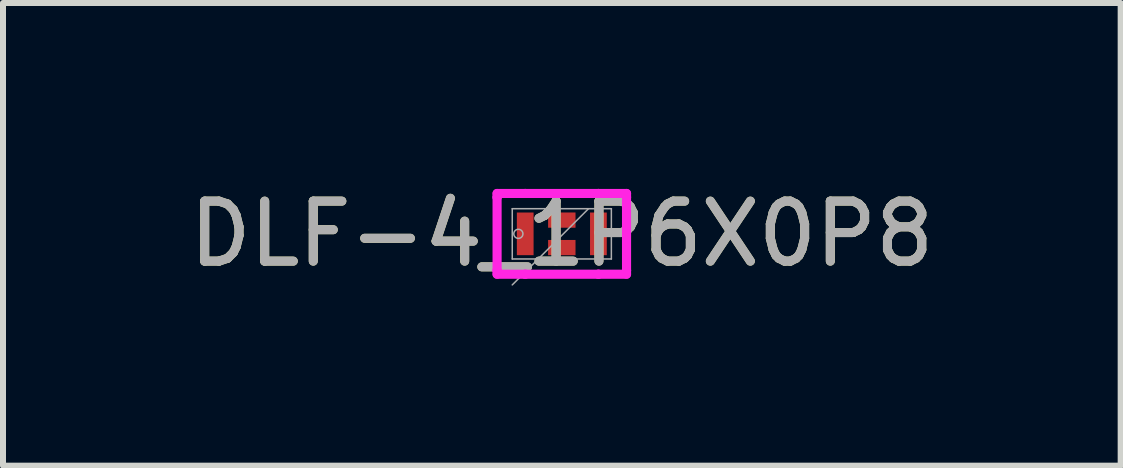
<source format=kicad_pcb>
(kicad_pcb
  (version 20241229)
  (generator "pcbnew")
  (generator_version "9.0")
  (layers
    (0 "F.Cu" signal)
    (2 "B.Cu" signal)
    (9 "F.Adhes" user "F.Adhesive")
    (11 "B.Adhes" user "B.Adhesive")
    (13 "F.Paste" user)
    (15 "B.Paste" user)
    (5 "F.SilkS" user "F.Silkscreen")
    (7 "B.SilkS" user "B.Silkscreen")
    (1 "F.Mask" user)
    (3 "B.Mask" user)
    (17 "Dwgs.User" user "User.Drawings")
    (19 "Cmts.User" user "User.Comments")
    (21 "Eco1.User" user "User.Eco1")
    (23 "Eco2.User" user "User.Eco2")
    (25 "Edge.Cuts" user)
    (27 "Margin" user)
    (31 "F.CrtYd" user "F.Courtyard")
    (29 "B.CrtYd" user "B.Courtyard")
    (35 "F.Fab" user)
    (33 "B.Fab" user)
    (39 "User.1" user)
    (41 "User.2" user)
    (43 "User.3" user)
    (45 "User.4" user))
  (footprint "DLF-4_1P6X0P8"
    (layer "F.Cu")
    (at 6.315 0.848)
    (property "Reference" "DLF-4_1P6X0P8" (at 0 0 0) (unlocked yes) (layer "F.SilkS") (effects (font (size 1 1) (thickness 0.15))))
    (attr smd)
    (fp_line (start -1.079 -0.673) (end -0.61 -0.673) (stroke (width 0.152) (type solid)) (layer "F.CrtYd"))
    (fp_line (start -1.079 -0.61) (end -1.079 -0.673) (stroke (width 0.152) (type solid)) (layer "F.CrtYd"))
    (fp_line (start -1.079 -0.61) (end -1.079 -0.61) (stroke (width 0.152) (type solid)) (layer "F.CrtYd"))
    (fp_line (start -1.079 0.61) (end -1.079 -0.61) (stroke (width 0.152) (type solid)) (layer "F.CrtYd"))
    (fp_line (start -1.079 0.61) (end -1.079 0.61) (stroke (width 0.152) (type solid)) (layer "F.CrtYd"))
    (fp_line (start -1.079 0.673) (end -1.079 0.61) (stroke (width 0.152) (type solid)) (layer "F.CrtYd"))
    (fp_line (start -0.61 -0.673) (end -0.61 -0.673) (stroke (width 0.152) (type solid)) (layer "F.CrtYd"))
    (fp_line (start -0.61 -0.673) (end 0.61 -0.673) (stroke (width 0.152) (type solid)) (layer "F.CrtYd"))
    (fp_line (start -0.61 0.673) (end -1.079 0.673) (stroke (width 0.152) (type solid)) (layer "F.CrtYd"))
    (fp_line (start -0.61 0.673) (end -0.61 0.673) (stroke (width 0.152) (type solid)) (layer "F.CrtYd"))
    (fp_line (start 0.61 -0.673) (end 0.61 -0.673) (stroke (width 0.152) (type solid)) (layer "F.CrtYd"))
    (fp_line (start 0.61 -0.673) (end 1.079 -0.673) (stroke (width 0.152) (type solid)) (layer "F.CrtYd"))
    (fp_line (start 0.61 0.673) (end -0.61 0.673) (stroke (width 0.152) (type solid)) (layer "F.CrtYd"))
    (fp_line (start 0.61 0.673) (end 0.61 0.673) (stroke (width 0.152) (type solid)) (layer "F.CrtYd"))
    (fp_line (start 1.079 -0.673) (end 1.079 -0.61) (stroke (width 0.152) (type solid)) (layer "F.CrtYd"))
    (fp_line (start 1.079 -0.61) (end 1.079 -0.61) (stroke (width 0.152) (type solid)) (layer "F.CrtYd"))
    (fp_line (start 1.079 -0.61) (end 1.079 0.61) (stroke (width 0.152) (type solid)) (layer "F.CrtYd"))
    (fp_line (start 1.079 0.61) (end 1.079 0.61) (stroke (width 0.152) (type solid)) (layer "F.CrtYd"))
    (fp_line (start 1.079 0.61) (end 1.079 0.673) (stroke (width 0.152) (type solid)) (layer "F.CrtYd"))
    (fp_line (start 1.079 0.673) (end 0.61 0.673) (stroke (width 0.152) (type solid)) (layer "F.CrtYd"))
    (fp_line (start -0.826 -0.419) (end -0.826 0.419) (stroke (width 0.025) (type solid)) (layer "F.Fab"))
    (fp_line (start -0.826 0.419) (end 0.826 0.419) (stroke (width 0.025) (type solid)) (layer "F.Fab"))
    (fp_line (start -0.826 0.851) (end 0.445 -0.419) (stroke (width 0.025) (type solid)) (layer "F.Fab"))
    (fp_line (start 0.826 -0.419) (end -0.826 -0.419) (stroke (width 0.025) (type solid)) (layer "F.Fab"))
    (fp_line (start 0.826 0.419) (end 0.826 -0.419) (stroke (width 0.025) (type solid)) (layer "F.Fab"))
    (fp_circle (center -0.724 0) (end -0.648 0) (stroke (width 0.025) (type solid)) (fill no) (layer "F.Fab"))
    (fp_text user "${REFERENCE}" (at 0 0 0) (unlocked yes) (layer "F.Fab") (effects (font (size 1 1) (thickness 0.15))))
    (pad "1" smd rect (at -0.61 0) (size 0.279 0.711) (layers "F.Cu" "F.Mask" "F.Paste"))
    (pad "2" smd rect (at 0 -0.229 90) (size 0.254 0.457) (layers "F.Cu" "F.Mask" "F.Paste"))
    (pad "3" smd rect (at 0.61 0) (size 0.279 0.711) (layers "F.Cu" "F.Mask" "F.Paste"))
    (pad "4" smd rect (at 0 0.229 90) (size 0.254 0.457) (layers "F.Cu" "F.Mask" "F.Paste")))
  (gr_rect
    (start -3 -3)
    (end 15.631 4.712)
    (stroke (width 0.1) (type default))
    (fill no)
    (layer "Edge.Cuts")))
</source>
